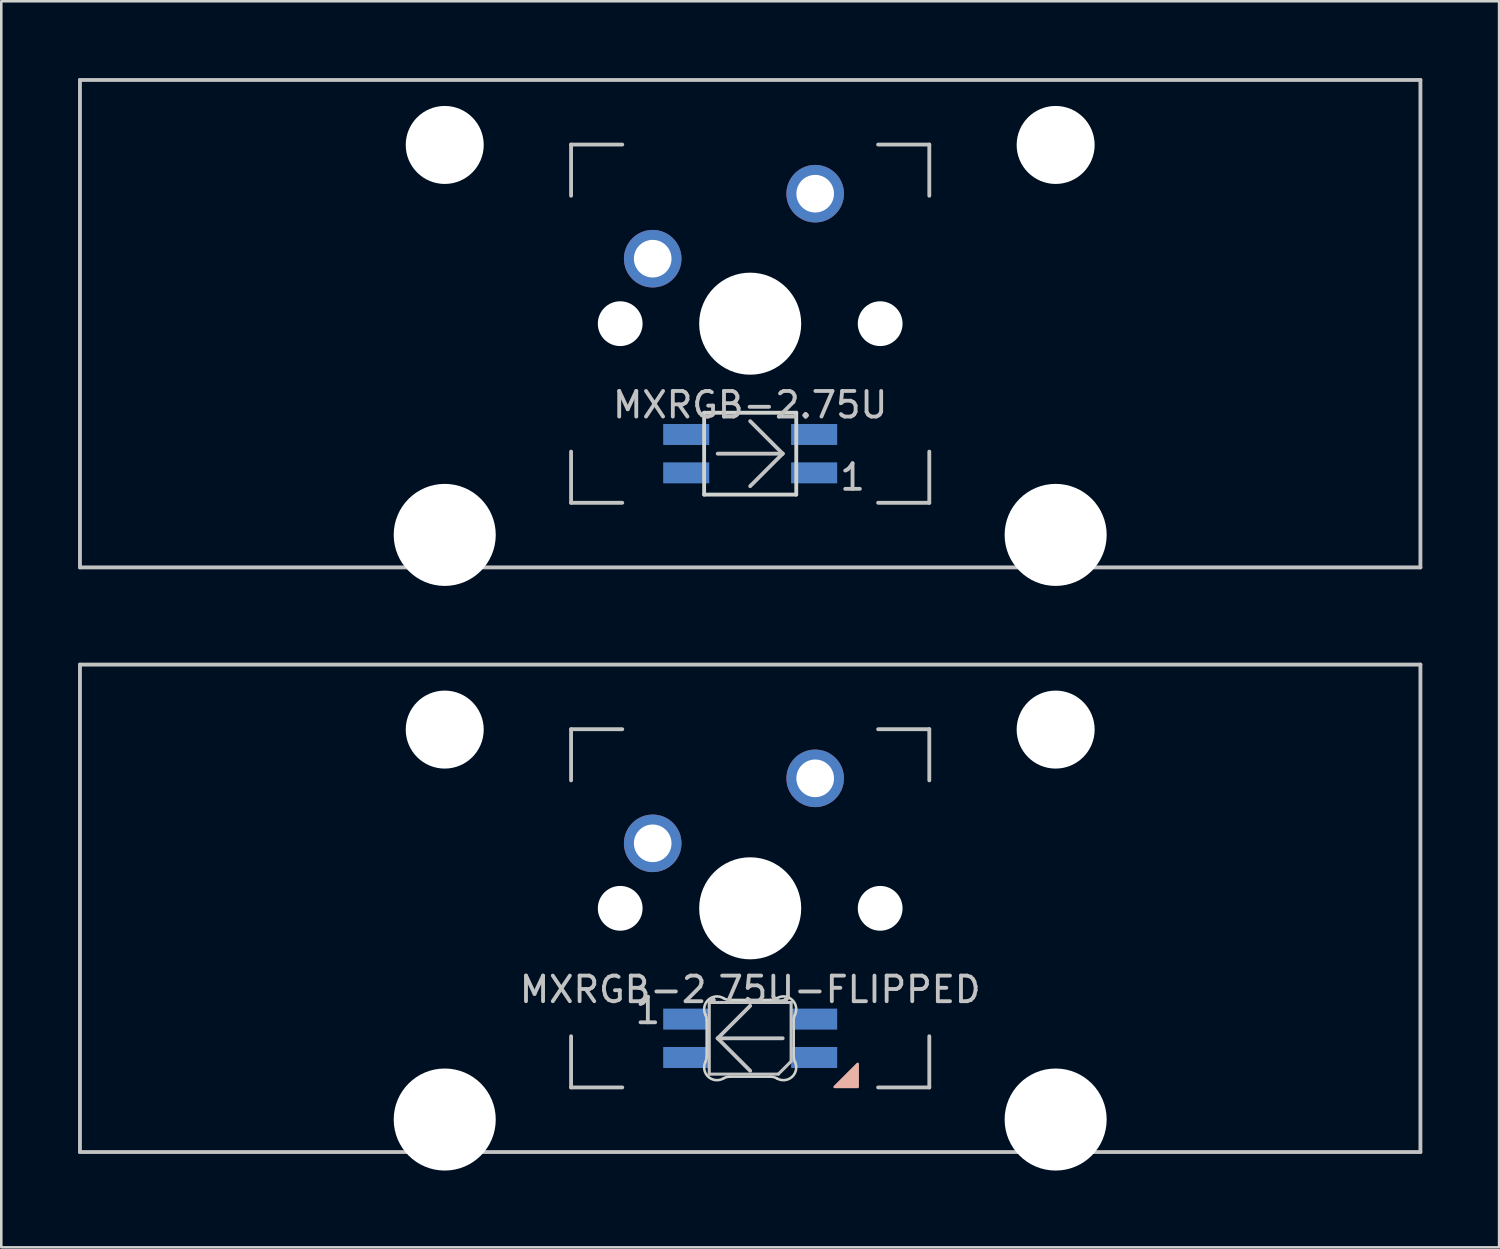
<source format=kicad_pcb>
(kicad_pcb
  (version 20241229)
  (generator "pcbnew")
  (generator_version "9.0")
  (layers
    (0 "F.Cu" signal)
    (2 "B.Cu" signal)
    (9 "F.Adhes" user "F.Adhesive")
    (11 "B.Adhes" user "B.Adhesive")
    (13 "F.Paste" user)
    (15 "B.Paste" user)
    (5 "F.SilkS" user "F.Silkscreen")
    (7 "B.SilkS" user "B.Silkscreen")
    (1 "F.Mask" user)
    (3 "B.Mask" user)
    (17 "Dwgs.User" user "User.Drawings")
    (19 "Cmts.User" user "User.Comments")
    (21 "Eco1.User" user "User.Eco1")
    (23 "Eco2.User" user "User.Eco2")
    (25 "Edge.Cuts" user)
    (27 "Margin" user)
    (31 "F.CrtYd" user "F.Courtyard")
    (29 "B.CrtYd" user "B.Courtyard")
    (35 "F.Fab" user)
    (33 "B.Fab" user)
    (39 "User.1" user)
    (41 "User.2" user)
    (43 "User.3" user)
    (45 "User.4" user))
  (footprint "MXRGB-2.75U"
    (layer "F.Cu")
    (at 26.269 9.6)
    (property "Reference" "MXRGB-2.75U" (at 0 3.175 0) (layer "Dwgs.User") (effects (font (size 1 1) (thickness 0.15))))
    (attr through_hole)
    (fp_line (start -26.194 -9.525) (end 26.194 -9.525) (stroke (width 0.15) (type solid)) (layer "Dwgs.User"))
    (fp_line (start -26.194 9.525) (end -26.194 -9.525) (stroke (width 0.15) (type solid)) (layer "Dwgs.User"))
    (fp_line (start -26.194 9.525) (end 26.194 9.525) (stroke (width 0.15) (type solid)) (layer "Dwgs.User"))
    (fp_line (start -7 -7) (end -7 -5) (stroke (width 0.15) (type solid)) (layer "Dwgs.User"))
    (fp_line (start -7 5) (end -7 7) (stroke (width 0.15) (type solid)) (layer "Dwgs.User"))
    (fp_line (start -7 7) (end -5 7) (stroke (width 0.15) (type solid)) (layer "Dwgs.User"))
    (fp_line (start -5 -7) (end -7 -7) (stroke (width 0.15) (type solid)) (layer "Dwgs.User"))
    (fp_line (start -1.27 5.08) (end 1.27 5.08) (stroke (width 0.15) (type solid)) (layer "Dwgs.User"))
    (fp_line (start 1.27 5.08) (end 0 3.81) (stroke (width 0.15) (type solid)) (layer "Dwgs.User"))
    (fp_line (start 1.27 5.08) (end 0 6.35) (stroke (width 0.15) (type solid)) (layer "Dwgs.User"))
    (fp_line (start 5 -7) (end 7 -7) (stroke (width 0.15) (type solid)) (layer "Dwgs.User"))
    (fp_line (start 5 7) (end 7 7) (stroke (width 0.15) (type solid)) (layer "Dwgs.User"))
    (fp_line (start 7 -7) (end 7 -5) (stroke (width 0.15) (type solid)) (layer "Dwgs.User"))
    (fp_line (start 7 7) (end 7 5) (stroke (width 0.15) (type solid)) (layer "Dwgs.User"))
    (fp_line (start 26.194 -9.525) (end 26.194 9.525) (stroke (width 0.15) (type solid)) (layer "Dwgs.User"))
    (fp_line (start -1.8 3.48) (end -1.8 6.68) (stroke (width 0.15) (type solid)) (layer "Edge.Cuts"))
    (fp_line (start -1.8 3.48) (end 1.8 3.48) (stroke (width 0.15) (type solid)) (layer "Edge.Cuts"))
    (fp_line (start 1.8 3.48) (end 1.8 6.68) (stroke (width 0.15) (type solid)) (layer "Edge.Cuts"))
    (fp_line (start 1.8 6.68) (end -1.8 6.68) (stroke (width 0.15) (type solid)) (layer "Edge.Cuts"))
    (fp_text user "1" (at 4 6 0) (layer "Dwgs.User") (effects (font (size 1 1) (thickness 0.15))))
    (pad "" np_thru_hole circle (at -11.938 -6.985) (size 3.048 3.048) (drill 3.048) (layers "*.Cu" "*.Mask"))
    (pad "" np_thru_hole circle (at -11.938 8.255) (size 3.988 3.988) (drill 3.988) (layers "*.Cu" "*.Mask"))
    (pad "" np_thru_hole circle (at -5.08 0 48.1) (size 1.75 1.75) (drill 1.75) (layers "*.Cu" "*.Mask"))
    (pad "" np_thru_hole circle (at 0 0) (size 3.988 3.988) (drill 3.988) (layers "*.Cu" "*.Mask"))
    (pad "" np_thru_hole circle (at 5.08 0 48.1) (size 1.75 1.75) (drill 1.75) (layers "*.Cu" "*.Mask"))
    (pad "" np_thru_hole circle (at 11.938 -6.985) (size 3.048 3.048) (drill 3.048) (layers "*.Cu" "*.Mask"))
    (pad "" np_thru_hole circle (at 11.938 8.255) (size 3.988 3.988) (drill 3.988) (layers "*.Cu" "*.Mask"))
    (pad "1" thru_hole circle (at -3.81 -2.54) (size 2.25 2.25) (drill 1.47) (layers "*.Cu" "B.Mask"))
    (pad "2" thru_hole circle (at 2.54 -5.08) (size 2.25 2.25) (drill 1.47) (layers "*.Cu" "B.Mask"))
    (pad "3" smd rect (at 2.5 5.83) (size 1.8 0.82) (layers "B.Cu" "B.Mask" "B.Paste"))
    (pad "4" smd rect (at 2.5 4.33) (size 1.8 0.82) (layers "B.Cu" "B.Mask" "B.Paste"))
    (pad "5" smd rect (at -2.5 4.33) (size 1.8 0.82) (layers "B.Cu" "B.Mask" "B.Paste"))
    (pad "6" smd rect (at -2.5 5.83) (size 1.8 0.82) (layers "B.Cu" "B.Mask" "B.Paste")))
  (footprint "MXRGB-2.75U-FLIPPED"
    (layer "F.Cu")
    (at 26.269 32.449)
    (property "Reference" "MXRGB-2.75U-FLIPPED" (at 0 3.175 0) (layer "Dwgs.User") (effects (font (size 1 1) (thickness 0.15))))
    (attr through_hole)
    (fp_poly (pts (xy 4.2 6.08) (xy 3.3 6.98) (xy 4.2 6.98)) (stroke (width 0.1) (type solid)) (fill yes) (layer "B.SilkS"))
    (fp_line (start -26.194 -9.525) (end 26.194 -9.525) (stroke (width 0.15) (type solid)) (layer "Dwgs.User"))
    (fp_line (start -26.194 9.525) (end -26.194 -9.525) (stroke (width 0.15) (type solid)) (layer "Dwgs.User"))
    (fp_line (start -26.194 9.525) (end 26.194 9.525) (stroke (width 0.15) (type solid)) (layer "Dwgs.User"))
    (fp_line (start -7 -7) (end -7 -5) (stroke (width 0.15) (type solid)) (layer "Dwgs.User"))
    (fp_line (start -7 5) (end -7 7) (stroke (width 0.15) (type solid)) (layer "Dwgs.User"))
    (fp_line (start -7 7) (end -5 7) (stroke (width 0.15) (type solid)) (layer "Dwgs.User"))
    (fp_line (start -5 -7) (end -7 -7) (stroke (width 0.15) (type solid)) (layer "Dwgs.User"))
    (fp_line (start -1.6 3.68) (end -1.6 6.48) (stroke (width 0.12) (type solid)) (layer "Dwgs.User"))
    (fp_line (start -1.6 6.48) (end 1.1 6.48) (stroke (width 0.12) (type solid)) (layer "Dwgs.User"))
    (fp_line (start -1.27 5.08) (end 0 3.81) (stroke (width 0.15) (type solid)) (layer "Dwgs.User"))
    (fp_line (start -1.27 5.08) (end 0 6.35) (stroke (width 0.15) (type solid)) (layer "Dwgs.User"))
    (fp_line (start -1.27 5.08) (end 1.27 5.08) (stroke (width 0.15) (type solid)) (layer "Dwgs.User"))
    (fp_line (start 1.6 3.68) (end -1.6 3.68) (stroke (width 0.12) (type solid)) (layer "Dwgs.User"))
    (fp_line (start 1.6 5.98) (end 1.1 6.48) (stroke (width 0.12) (type solid)) (layer "Dwgs.User"))
    (fp_line (start 1.6 5.98) (end 1.6 3.68) (stroke (width 0.12) (type solid)) (layer "Dwgs.User"))
    (fp_line (start 5 -7) (end 7 -7) (stroke (width 0.15) (type solid)) (layer "Dwgs.User"))
    (fp_line (start 5 7) (end 7 7) (stroke (width 0.15) (type solid)) (layer "Dwgs.User"))
    (fp_line (start 7 -7) (end 7 -5) (stroke (width 0.15) (type solid)) (layer "Dwgs.User"))
    (fp_line (start 7 7) (end 7 5) (stroke (width 0.15) (type solid)) (layer "Dwgs.User"))
    (fp_line (start 26.194 -9.525) (end 26.194 9.525) (stroke (width 0.15) (type solid)) (layer "Dwgs.User"))
    (fp_line (start -1.7 5.783) (end -1.7 4.377) (stroke (width 0.1) (type solid)) (layer "Edge.Cuts"))
    (fp_line (start -0.794 3.58) (end 0.794 3.58) (stroke (width 0.1) (type solid)) (layer "Edge.Cuts"))
    (fp_line (start 0.794 6.58) (end -0.794 6.58) (stroke (width 0.1) (type solid)) (layer "Edge.Cuts"))
    (fp_line (start 1.7 4.377) (end 1.7 5.783) (stroke (width 0.1) (type solid)) (layer "Edge.Cuts"))
    (fp_arc (start -1.749484 4.160279) (mid -1.712527 4.265931) (end -1.699999 4.377157) (stroke (width 0.1) (type solid)) (layer "Edge.Cuts"))
    (fp_arc (start -1.749484 4.160279) (mid -1.638071 3.575964) (end -1.046711 3.5117) (stroke (width 0.1) (type solid)) (layer "Edge.Cuts"))
    (fp_arc (start -1.699999 5.782842) (mid -1.712527 5.894067) (end -1.749484 5.999719) (stroke (width 0.1) (type solid)) (layer "Edge.Cuts"))
    (fp_arc (start -1.046711 6.648296) (mid -1.63807 6.584033) (end -1.749484 5.999719) (stroke (width 0.1) (type solid)) (layer "Edge.Cuts"))
    (fp_arc (start -1.04671 6.648298) (mid -0.925122 6.597376) (end -0.794452 6.579999) (stroke (width 0.1) (type solid)) (layer "Edge.Cuts"))
    (fp_arc (start -0.794453 3.579999) (mid -0.925123 3.562622) (end -1.046711 3.5117) (stroke (width 0.1) (type solid)) (layer "Edge.Cuts"))
    (fp_arc (start 0.794452 6.579999) (mid 0.925123 6.597376) (end 1.046711 6.648298) (stroke (width 0.1) (type solid)) (layer "Edge.Cuts"))
    (fp_arc (start 1.046711 3.511701) (mid 0.925123 3.562623) (end 0.794453 3.58) (stroke (width 0.1) (type solid)) (layer "Edge.Cuts"))
    (fp_arc (start 1.046711 3.511701) (mid 1.638071 3.575965) (end 1.749484 4.160279) (stroke (width 0.1) (type solid)) (layer "Edge.Cuts"))
    (fp_arc (start 1.699999 4.377156) (mid 1.712527 4.265931) (end 1.749484 4.160279) (stroke (width 0.1) (type solid)) (layer "Edge.Cuts"))
    (fp_arc (start 1.749484 5.999718) (mid 1.638072 6.584034) (end 1.046711 6.648298) (stroke (width 0.1) (type solid)) (layer "Edge.Cuts"))
    (fp_arc (start 1.749484 5.999719) (mid 1.712527 5.894067) (end 1.699999 5.782841) (stroke (width 0.1) (type solid)) (layer "Edge.Cuts"))
    (fp_text user "1" (at -4 4 0) (layer "Dwgs.User") (effects (font (size 1 1) (thickness 0.15))))
    (pad "" np_thru_hole circle (at -11.938 -6.985) (size 3.048 3.048) (drill 3.048) (layers "*.Cu" "*.Mask"))
    (pad "" np_thru_hole circle (at -11.938 8.255) (size 3.988 3.988) (drill 3.988) (layers "*.Cu" "*.Mask"))
    (pad "" np_thru_hole circle (at -5.08 0 48.1) (size 1.75 1.75) (drill 1.75) (layers "*.Cu" "*.Mask"))
    (pad "" np_thru_hole circle (at 0 0) (size 3.988 3.988) (drill 3.988) (layers "*.Cu" "*.Mask"))
    (pad "" np_thru_hole circle (at 5.08 0 48.1) (size 1.75 1.75) (drill 1.75) (layers "*.Cu" "*.Mask"))
    (pad "" np_thru_hole circle (at 11.938 -6.985) (size 3.048 3.048) (drill 3.048) (layers "*.Cu" "*.Mask"))
    (pad "" np_thru_hole circle (at 11.938 8.255) (size 3.988 3.988) (drill 3.988) (layers "*.Cu" "*.Mask"))
    (pad "1" thru_hole circle (at -3.81 -2.54) (size 2.25 2.25) (drill 1.47) (layers "*.Cu" "B.Mask"))
    (pad "2" thru_hole circle (at 2.54 -5.08) (size 2.25 2.25) (drill 1.47) (layers "*.Cu" "B.Mask"))
    (pad "3" smd rect (at -2.5 4.33) (size 1.8 0.82) (layers "B.Cu" "B.Mask" "B.Paste"))
    (pad "4" smd rect (at -2.5 5.83) (size 1.8 0.82) (layers "B.Cu" "B.Mask" "B.Paste"))
    (pad "5" smd rect (at 2.5 5.83) (size 1.8 0.82) (layers "B.Cu" "B.Mask" "B.Paste"))
    (pad "6" smd rect (at 2.5 4.33) (size 1.8 0.82) (layers "B.Cu" "B.Mask" "B.Paste")))
  (gr_rect
    (start -3 -3)
    (end 55.538 45.698)
    (stroke (width 0.1) (type default))
    (fill no)
    (layer "Edge.Cuts")))
</source>
